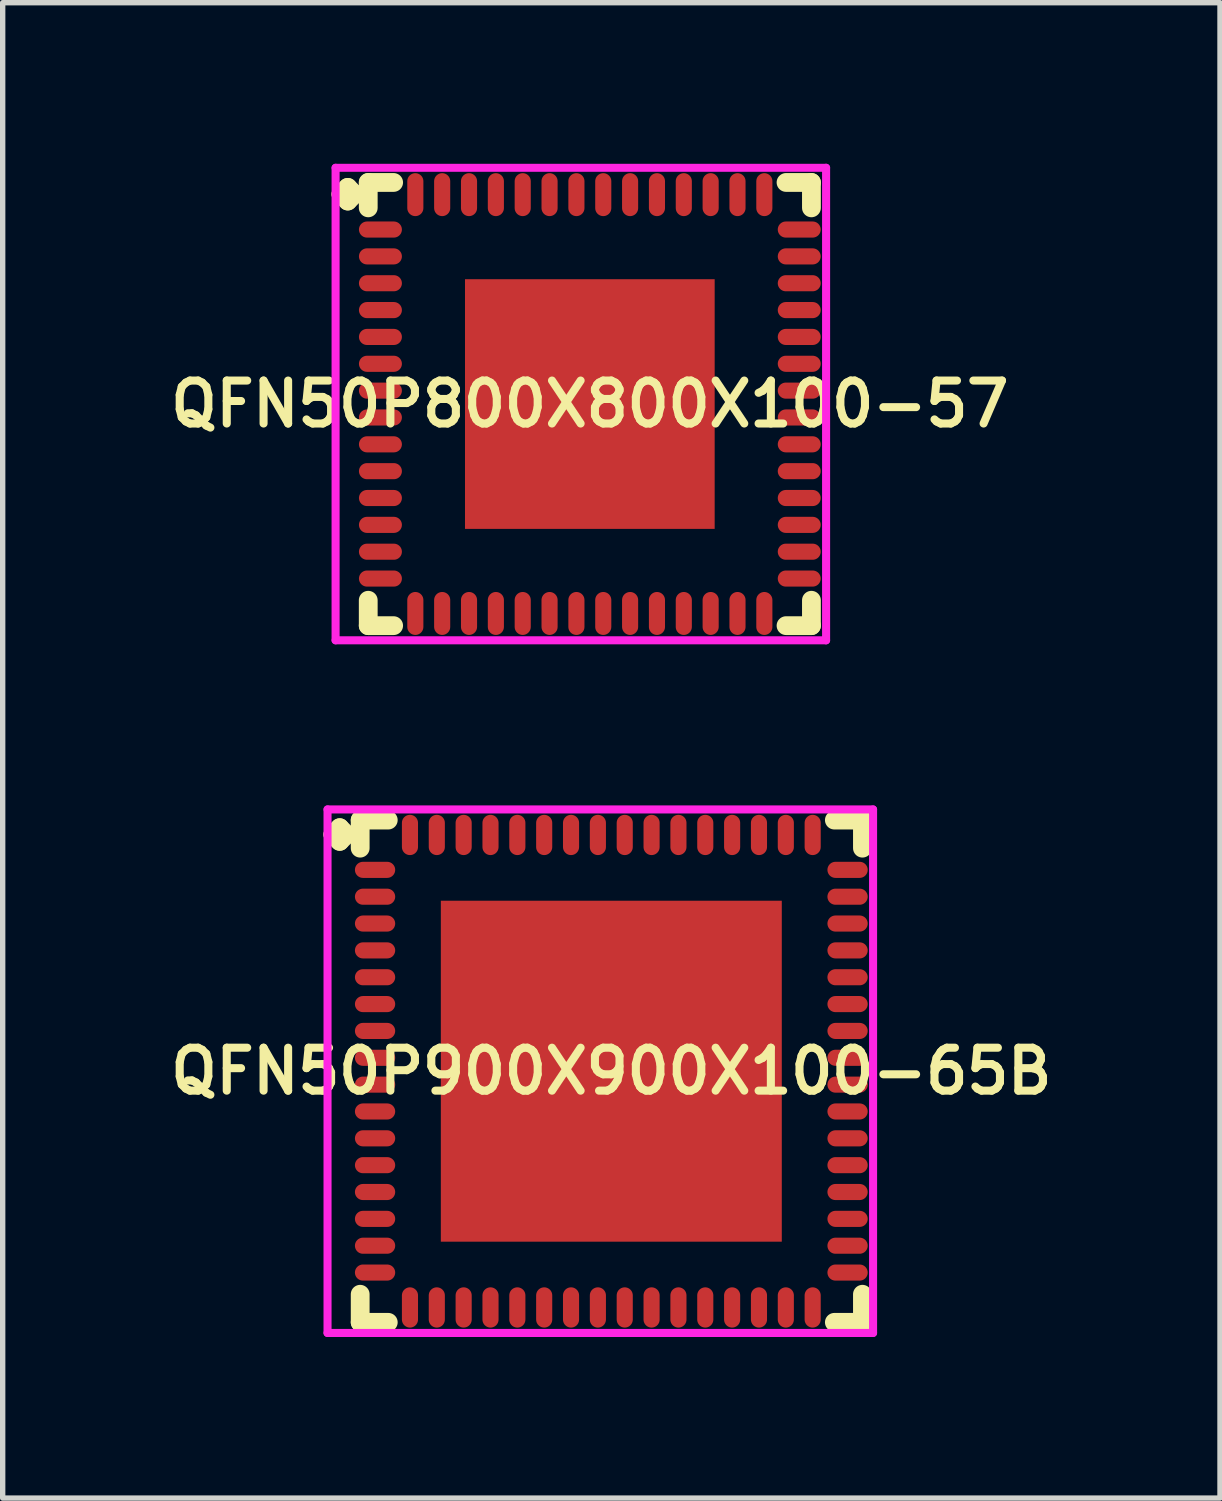
<source format=kicad_pcb>
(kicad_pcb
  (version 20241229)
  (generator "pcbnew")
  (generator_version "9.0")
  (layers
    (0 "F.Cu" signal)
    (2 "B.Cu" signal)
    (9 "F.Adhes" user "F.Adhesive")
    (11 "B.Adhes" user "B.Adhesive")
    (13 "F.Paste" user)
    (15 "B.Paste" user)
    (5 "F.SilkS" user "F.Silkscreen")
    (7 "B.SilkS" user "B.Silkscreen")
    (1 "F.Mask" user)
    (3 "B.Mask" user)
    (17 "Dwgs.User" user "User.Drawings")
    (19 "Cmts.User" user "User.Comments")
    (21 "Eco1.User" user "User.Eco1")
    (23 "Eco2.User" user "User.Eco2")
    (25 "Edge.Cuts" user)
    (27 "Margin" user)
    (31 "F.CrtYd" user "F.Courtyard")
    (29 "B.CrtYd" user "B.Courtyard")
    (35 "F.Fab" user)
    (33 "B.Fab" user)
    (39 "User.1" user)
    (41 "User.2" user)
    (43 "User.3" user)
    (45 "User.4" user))
  (footprint "QFN50P900X900X100-65B"
    (layer "F.Cu")
    (at 8.335 16.9)
    (property "Reference" "QFN50P900X900X100-65B" (at 0 0 0) (layer "F.SilkS") (effects (font (size 0.8 0.8) (thickness 0.15))))
    (attr smd)
    (fp_line (start -5.185 -4.408) (end -5.058 -4.535) (stroke (width 0.35) (type solid)) (layer "F.SilkS"))
    (fp_line (start -5.058 -4.535) (end -4.931 -4.408) (stroke (width 0.35) (type solid)) (layer "F.SilkS"))
    (fp_line (start -5.058 -4.281) (end -5.185 -4.408) (stroke (width 0.35) (type solid)) (layer "F.SilkS"))
    (fp_line (start -4.931 -4.408) (end -5.058 -4.281) (stroke (width 0.35) (type solid)) (layer "F.SilkS"))
    (fp_line (start -4.677 -4.677) (end -4.154 -4.677) (stroke (width 0.35) (type solid)) (layer "F.SilkS"))
    (fp_line (start -4.677 -4.154) (end -4.677 -4.677) (stroke (width 0.35) (type solid)) (layer "F.SilkS"))
    (fp_line (start -4.677 4.154) (end -4.677 4.677) (stroke (width 0.35) (type solid)) (layer "F.SilkS"))
    (fp_line (start -4.677 4.677) (end -4.154 4.677) (stroke (width 0.35) (type solid)) (layer "F.SilkS"))
    (fp_line (start 4.154 -4.677) (end 4.677 -4.677) (stroke (width 0.35) (type solid)) (layer "F.SilkS"))
    (fp_line (start 4.154 4.677) (end 4.677 4.677) (stroke (width 0.35) (type solid)) (layer "F.SilkS"))
    (fp_line (start 4.677 -4.677) (end 4.677 -4.154) (stroke (width 0.35) (type solid)) (layer "F.SilkS"))
    (fp_line (start 4.677 4.677) (end 4.677 4.154) (stroke (width 0.35) (type solid)) (layer "F.SilkS"))
    (fp_line (start -5.285 -4.875) (end 4.875 -4.875) (stroke (width 0.15) (type solid)) (layer "F.CrtYd"))
    (fp_line (start -5.285 4.875) (end -5.285 -4.875) (stroke (width 0.15) (type solid)) (layer "F.CrtYd"))
    (fp_line (start 4.875 -4.875) (end 4.875 4.875) (stroke (width 0.15) (type solid)) (layer "F.CrtYd"))
    (fp_line (start 4.875 4.875) (end -5.285 4.875) (stroke (width 0.15) (type solid)) (layer "F.CrtYd"))
    (pad "1" smd oval (at -4.4 -3.75) (size 0.75 0.3) (layers "F.Cu" "F.Mask" "F.Paste"))
    (pad "2" smd oval (at -4.4 -3.25) (size 0.75 0.3) (layers "F.Cu" "F.Mask" "F.Paste"))
    (pad "3" smd oval (at -4.4 -2.75) (size 0.75 0.3) (layers "F.Cu" "F.Mask" "F.Paste"))
    (pad "4" smd oval (at -4.4 -2.25) (size 0.75 0.3) (layers "F.Cu" "F.Mask" "F.Paste"))
    (pad "5" smd oval (at -4.4 -1.75) (size 0.75 0.3) (layers "F.Cu" "F.Mask" "F.Paste"))
    (pad "6" smd oval (at -4.4 -1.25) (size 0.75 0.3) (layers "F.Cu" "F.Mask" "F.Paste"))
    (pad "7" smd oval (at -4.4 -0.75) (size 0.75 0.3) (layers "F.Cu" "F.Mask" "F.Paste"))
    (pad "8" smd oval (at -4.4 -0.25) (size 0.75 0.3) (layers "F.Cu" "F.Mask" "F.Paste"))
    (pad "9" smd oval (at -4.4 0.25) (size 0.75 0.3) (layers "F.Cu" "F.Mask" "F.Paste"))
    (pad "10" smd oval (at -4.4 0.75) (size 0.75 0.3) (layers "F.Cu" "F.Mask" "F.Paste"))
    (pad "11" smd oval (at -4.4 1.25) (size 0.75 0.3) (layers "F.Cu" "F.Mask" "F.Paste"))
    (pad "12" smd oval (at -4.4 1.75) (size 0.75 0.3) (layers "F.Cu" "F.Mask" "F.Paste"))
    (pad "13" smd oval (at -4.4 2.25) (size 0.75 0.3) (layers "F.Cu" "F.Mask" "F.Paste"))
    (pad "14" smd oval (at -4.4 2.75) (size 0.75 0.3) (layers "F.Cu" "F.Mask" "F.Paste"))
    (pad "15" smd oval (at -4.4 3.25) (size 0.75 0.3) (layers "F.Cu" "F.Mask" "F.Paste"))
    (pad "16" smd oval (at -4.4 3.75) (size 0.75 0.3) (layers "F.Cu" "F.Mask" "F.Paste"))
    (pad "17" smd oval (at -3.75 4.4) (size 0.3 0.75) (layers "F.Cu" "F.Mask" "F.Paste"))
    (pad "18" smd oval (at -3.25 4.4) (size 0.3 0.75) (layers "F.Cu" "F.Mask" "F.Paste"))
    (pad "19" smd oval (at -2.75 4.4) (size 0.3 0.75) (layers "F.Cu" "F.Mask" "F.Paste"))
    (pad "20" smd oval (at -2.25 4.4) (size 0.3 0.75) (layers "F.Cu" "F.Mask" "F.Paste"))
    (pad "21" smd oval (at -1.75 4.4) (size 0.3 0.75) (layers "F.Cu" "F.Mask" "F.Paste"))
    (pad "22" smd oval (at -1.25 4.4) (size 0.3 0.75) (layers "F.Cu" "F.Mask" "F.Paste"))
    (pad "23" smd oval (at -0.75 4.4) (size 0.3 0.75) (layers "F.Cu" "F.Mask" "F.Paste"))
    (pad "24" smd oval (at -0.25 4.4) (size 0.3 0.75) (layers "F.Cu" "F.Mask" "F.Paste"))
    (pad "25" smd oval (at 0.25 4.4) (size 0.3 0.75) (layers "F.Cu" "F.Mask" "F.Paste"))
    (pad "26" smd oval (at 0.75 4.4) (size 0.3 0.75) (layers "F.Cu" "F.Mask" "F.Paste"))
    (pad "27" smd oval (at 1.25 4.4) (size 0.3 0.75) (layers "F.Cu" "F.Mask" "F.Paste"))
    (pad "28" smd oval (at 1.75 4.4) (size 0.3 0.75) (layers "F.Cu" "F.Mask" "F.Paste"))
    (pad "29" smd oval (at 2.25 4.4) (size 0.3 0.75) (layers "F.Cu" "F.Mask" "F.Paste"))
    (pad "30" smd oval (at 2.75 4.4) (size 0.3 0.75) (layers "F.Cu" "F.Mask" "F.Paste"))
    (pad "31" smd oval (at 3.25 4.4) (size 0.3 0.75) (layers "F.Cu" "F.Mask" "F.Paste"))
    (pad "32" smd oval (at 3.75 4.4) (size 0.3 0.75) (layers "F.Cu" "F.Mask" "F.Paste"))
    (pad "33" smd oval (at 4.4 3.75) (size 0.75 0.3) (layers "F.Cu" "F.Mask" "F.Paste"))
    (pad "34" smd oval (at 4.4 3.25) (size 0.75 0.3) (layers "F.Cu" "F.Mask" "F.Paste"))
    (pad "35" smd oval (at 4.4 2.75) (size 0.75 0.3) (layers "F.Cu" "F.Mask" "F.Paste"))
    (pad "36" smd oval (at 4.4 2.25) (size 0.75 0.3) (layers "F.Cu" "F.Mask" "F.Paste"))
    (pad "37" smd oval (at 4.4 1.75) (size 0.75 0.3) (layers "F.Cu" "F.Mask" "F.Paste"))
    (pad "38" smd oval (at 4.4 1.25) (size 0.75 0.3) (layers "F.Cu" "F.Mask" "F.Paste"))
    (pad "39" smd oval (at 4.4 0.75) (size 0.75 0.3) (layers "F.Cu" "F.Mask" "F.Paste"))
    (pad "40" smd oval (at 4.4 0.25) (size 0.75 0.3) (layers "F.Cu" "F.Mask" "F.Paste"))
    (pad "41" smd oval (at 4.4 -0.25) (size 0.75 0.3) (layers "F.Cu" "F.Mask" "F.Paste"))
    (pad "42" smd oval (at 4.4 -0.75) (size 0.75 0.3) (layers "F.Cu" "F.Mask" "F.Paste"))
    (pad "43" smd oval (at 4.4 -1.25) (size 0.75 0.3) (layers "F.Cu" "F.Mask" "F.Paste"))
    (pad "44" smd oval (at 4.4 -1.75) (size 0.75 0.3) (layers "F.Cu" "F.Mask" "F.Paste"))
    (pad "45" smd oval (at 4.4 -2.25) (size 0.75 0.3) (layers "F.Cu" "F.Mask" "F.Paste"))
    (pad "46" smd oval (at 4.4 -2.75) (size 0.75 0.3) (layers "F.Cu" "F.Mask" "F.Paste"))
    (pad "47" smd oval (at 4.4 -3.25) (size 0.75 0.3) (layers "F.Cu" "F.Mask" "F.Paste"))
    (pad "48" smd oval (at 4.4 -3.75) (size 0.75 0.3) (layers "F.Cu" "F.Mask" "F.Paste"))
    (pad "49" smd oval (at 3.75 -4.4) (size 0.3 0.75) (layers "F.Cu" "F.Mask" "F.Paste"))
    (pad "50" smd oval (at 3.25 -4.4) (size 0.3 0.75) (layers "F.Cu" "F.Mask" "F.Paste"))
    (pad "51" smd oval (at 2.75 -4.4) (size 0.3 0.75) (layers "F.Cu" "F.Mask" "F.Paste"))
    (pad "52" smd oval (at 2.25 -4.4) (size 0.3 0.75) (layers "F.Cu" "F.Mask" "F.Paste"))
    (pad "53" smd oval (at 1.75 -4.4) (size 0.3 0.75) (layers "F.Cu" "F.Mask" "F.Paste"))
    (pad "54" smd oval (at 1.25 -4.4) (size 0.3 0.75) (layers "F.Cu" "F.Mask" "F.Paste"))
    (pad "55" smd oval (at 0.75 -4.4) (size 0.3 0.75) (layers "F.Cu" "F.Mask" "F.Paste"))
    (pad "56" smd oval (at 0.25 -4.4) (size 0.3 0.75) (layers "F.Cu" "F.Mask" "F.Paste"))
    (pad "57" smd oval (at -0.25 -4.4) (size 0.3 0.75) (layers "F.Cu" "F.Mask" "F.Paste"))
    (pad "58" smd oval (at -0.75 -4.4) (size 0.3 0.75) (layers "F.Cu" "F.Mask" "F.Paste"))
    (pad "59" smd oval (at -1.25 -4.4) (size 0.3 0.75) (layers "F.Cu" "F.Mask" "F.Paste"))
    (pad "60" smd oval (at -1.75 -4.4) (size 0.3 0.75) (layers "F.Cu" "F.Mask" "F.Paste"))
    (pad "61" smd oval (at -2.25 -4.4) (size 0.3 0.75) (layers "F.Cu" "F.Mask" "F.Paste"))
    (pad "62" smd oval (at -2.75 -4.4) (size 0.3 0.75) (layers "F.Cu" "F.Mask" "F.Paste"))
    (pad "63" smd oval (at -3.25 -4.4) (size 0.3 0.75) (layers "F.Cu" "F.Mask" "F.Paste"))
    (pad "64" smd oval (at -3.75 -4.4) (size 0.3 0.75) (layers "F.Cu" "F.Mask" "F.Paste"))
    (pad "65" smd rect (at 0 0) (size 6.35 6.35) (layers "F.Cu" "F.Mask" "F.Paste")))
  (footprint "QFN50P800X800X100-57"
    (layer "F.Cu")
    (at 7.935 4.475)
    (property "Reference" "QFN50P800X800X100-57" (at 0 0 0) (layer "F.SilkS") (effects (font (size 0.8 0.8) (thickness 0.15))))
    (attr smd)
    (fp_line (start -4.635 -3.908) (end -4.508 -4.035) (stroke (width 0.35) (type solid)) (layer "F.SilkS"))
    (fp_line (start -4.508 -4.035) (end -4.381 -3.908) (stroke (width 0.35) (type solid)) (layer "F.SilkS"))
    (fp_line (start -4.508 -3.781) (end -4.635 -3.908) (stroke (width 0.35) (type solid)) (layer "F.SilkS"))
    (fp_line (start -4.381 -3.908) (end -4.508 -3.781) (stroke (width 0.35) (type solid)) (layer "F.SilkS"))
    (fp_line (start -4.127 -4.127) (end -3.654 -4.127) (stroke (width 0.35) (type solid)) (layer "F.SilkS"))
    (fp_line (start -4.127 -3.654) (end -4.127 -4.127) (stroke (width 0.35) (type solid)) (layer "F.SilkS"))
    (fp_line (start -4.127 3.654) (end -4.127 4.127) (stroke (width 0.35) (type solid)) (layer "F.SilkS"))
    (fp_line (start -4.127 4.127) (end -3.654 4.127) (stroke (width 0.35) (type solid)) (layer "F.SilkS"))
    (fp_line (start 3.654 -4.127) (end 4.127 -4.127) (stroke (width 0.35) (type solid)) (layer "F.SilkS"))
    (fp_line (start 3.654 4.127) (end 4.127 4.127) (stroke (width 0.35) (type solid)) (layer "F.SilkS"))
    (fp_line (start 4.127 -4.127) (end 4.127 -3.654) (stroke (width 0.35) (type solid)) (layer "F.SilkS"))
    (fp_line (start 4.127 4.127) (end 4.127 3.654) (stroke (width 0.35) (type solid)) (layer "F.SilkS"))
    (fp_line (start -4.735 -4.4) (end 4.4 -4.4) (stroke (width 0.15) (type solid)) (layer "F.CrtYd"))
    (fp_line (start -4.735 4.4) (end -4.735 -4.4) (stroke (width 0.15) (type solid)) (layer "F.CrtYd"))
    (fp_line (start 4.4 -4.4) (end 4.4 4.4) (stroke (width 0.15) (type solid)) (layer "F.CrtYd"))
    (fp_line (start 4.4 4.4) (end -4.735 4.4) (stroke (width 0.15) (type solid)) (layer "F.CrtYd"))
    (pad "1" smd oval (at -3.9 -3.25) (size 0.8 0.3) (layers "F.Cu" "F.Mask" "F.Paste"))
    (pad "2" smd oval (at -3.9 -2.75) (size 0.8 0.3) (layers "F.Cu" "F.Mask" "F.Paste"))
    (pad "3" smd oval (at -3.9 -2.25) (size 0.8 0.3) (layers "F.Cu" "F.Mask" "F.Paste"))
    (pad "4" smd oval (at -3.9 -1.75) (size 0.8 0.3) (layers "F.Cu" "F.Mask" "F.Paste"))
    (pad "5" smd oval (at -3.9 -1.25) (size 0.8 0.3) (layers "F.Cu" "F.Mask" "F.Paste"))
    (pad "6" smd oval (at -3.9 -0.75) (size 0.8 0.3) (layers "F.Cu" "F.Mask" "F.Paste"))
    (pad "7" smd oval (at -3.9 -0.25) (size 0.8 0.3) (layers "F.Cu" "F.Mask" "F.Paste"))
    (pad "8" smd oval (at -3.9 0.25) (size 0.8 0.3) (layers "F.Cu" "F.Mask" "F.Paste"))
    (pad "9" smd oval (at -3.9 0.75) (size 0.8 0.3) (layers "F.Cu" "F.Mask" "F.Paste"))
    (pad "10" smd oval (at -3.9 1.25) (size 0.8 0.3) (layers "F.Cu" "F.Mask" "F.Paste"))
    (pad "11" smd oval (at -3.9 1.75) (size 0.8 0.3) (layers "F.Cu" "F.Mask" "F.Paste"))
    (pad "12" smd oval (at -3.9 2.25) (size 0.8 0.3) (layers "F.Cu" "F.Mask" "F.Paste"))
    (pad "13" smd oval (at -3.9 2.75) (size 0.8 0.3) (layers "F.Cu" "F.Mask" "F.Paste"))
    (pad "14" smd oval (at -3.9 3.25) (size 0.8 0.3) (layers "F.Cu" "F.Mask" "F.Paste"))
    (pad "15" smd oval (at -3.25 3.9) (size 0.3 0.8) (layers "F.Cu" "F.Mask" "F.Paste"))
    (pad "16" smd oval (at -2.75 3.9) (size 0.3 0.8) (layers "F.Cu" "F.Mask" "F.Paste"))
    (pad "17" smd oval (at -2.25 3.9) (size 0.3 0.8) (layers "F.Cu" "F.Mask" "F.Paste"))
    (pad "18" smd oval (at -1.75 3.9) (size 0.3 0.8) (layers "F.Cu" "F.Mask" "F.Paste"))
    (pad "19" smd oval (at -1.25 3.9) (size 0.3 0.8) (layers "F.Cu" "F.Mask" "F.Paste"))
    (pad "20" smd oval (at -0.75 3.9) (size 0.3 0.8) (layers "F.Cu" "F.Mask" "F.Paste"))
    (pad "21" smd oval (at -0.25 3.9) (size 0.3 0.8) (layers "F.Cu" "F.Mask" "F.Paste"))
    (pad "22" smd oval (at 0.25 3.9) (size 0.3 0.8) (layers "F.Cu" "F.Mask" "F.Paste"))
    (pad "23" smd oval (at 0.75 3.9) (size 0.3 0.8) (layers "F.Cu" "F.Mask" "F.Paste"))
    (pad "24" smd oval (at 1.25 3.9) (size 0.3 0.8) (layers "F.Cu" "F.Mask" "F.Paste"))
    (pad "25" smd oval (at 1.75 3.9) (size 0.3 0.8) (layers "F.Cu" "F.Mask" "F.Paste"))
    (pad "26" smd oval (at 2.25 3.9) (size 0.3 0.8) (layers "F.Cu" "F.Mask" "F.Paste"))
    (pad "27" smd oval (at 2.75 3.9) (size 0.3 0.8) (layers "F.Cu" "F.Mask" "F.Paste"))
    (pad "28" smd oval (at 3.25 3.9) (size 0.3 0.8) (layers "F.Cu" "F.Mask" "F.Paste"))
    (pad "29" smd oval (at 3.9 3.25) (size 0.8 0.3) (layers "F.Cu" "F.Mask" "F.Paste"))
    (pad "30" smd oval (at 3.9 2.75) (size 0.8 0.3) (layers "F.Cu" "F.Mask" "F.Paste"))
    (pad "31" smd oval (at 3.9 2.25) (size 0.8 0.3) (layers "F.Cu" "F.Mask" "F.Paste"))
    (pad "32" smd oval (at 3.9 1.75) (size 0.8 0.3) (layers "F.Cu" "F.Mask" "F.Paste"))
    (pad "33" smd oval (at 3.9 1.25) (size 0.8 0.3) (layers "F.Cu" "F.Mask" "F.Paste"))
    (pad "34" smd oval (at 3.9 0.75) (size 0.8 0.3) (layers "F.Cu" "F.Mask" "F.Paste"))
    (pad "35" smd oval (at 3.9 0.25) (size 0.8 0.3) (layers "F.Cu" "F.Mask" "F.Paste"))
    (pad "36" smd oval (at 3.9 -0.25) (size 0.8 0.3) (layers "F.Cu" "F.Mask" "F.Paste"))
    (pad "37" smd oval (at 3.9 -0.75) (size 0.8 0.3) (layers "F.Cu" "F.Mask" "F.Paste"))
    (pad "38" smd oval (at 3.9 -1.25) (size 0.8 0.3) (layers "F.Cu" "F.Mask" "F.Paste"))
    (pad "39" smd oval (at 3.9 -1.75) (size 0.8 0.3) (layers "F.Cu" "F.Mask" "F.Paste"))
    (pad "40" smd oval (at 3.9 -2.25) (size 0.8 0.3) (layers "F.Cu" "F.Mask" "F.Paste"))
    (pad "41" smd oval (at 3.9 -2.75) (size 0.8 0.3) (layers "F.Cu" "F.Mask" "F.Paste"))
    (pad "42" smd oval (at 3.9 -3.25) (size 0.8 0.3) (layers "F.Cu" "F.Mask" "F.Paste"))
    (pad "43" smd oval (at 3.25 -3.9) (size 0.3 0.8) (layers "F.Cu" "F.Mask" "F.Paste"))
    (pad "44" smd oval (at 2.75 -3.9) (size 0.3 0.8) (layers "F.Cu" "F.Mask" "F.Paste"))
    (pad "45" smd oval (at 2.25 -3.9) (size 0.3 0.8) (layers "F.Cu" "F.Mask" "F.Paste"))
    (pad "46" smd oval (at 1.75 -3.9) (size 0.3 0.8) (layers "F.Cu" "F.Mask" "F.Paste"))
    (pad "47" smd oval (at 1.25 -3.9) (size 0.3 0.8) (layers "F.Cu" "F.Mask" "F.Paste"))
    (pad "48" smd oval (at 0.75 -3.9) (size 0.3 0.8) (layers "F.Cu" "F.Mask" "F.Paste"))
    (pad "49" smd oval (at 0.25 -3.9) (size 0.3 0.8) (layers "F.Cu" "F.Mask" "F.Paste"))
    (pad "50" smd oval (at -0.25 -3.9) (size 0.3 0.8) (layers "F.Cu" "F.Mask" "F.Paste"))
    (pad "51" smd oval (at -0.75 -3.9) (size 0.3 0.8) (layers "F.Cu" "F.Mask" "F.Paste"))
    (pad "52" smd oval (at -1.25 -3.9) (size 0.3 0.8) (layers "F.Cu" "F.Mask" "F.Paste"))
    (pad "53" smd oval (at -1.75 -3.9) (size 0.3 0.8) (layers "F.Cu" "F.Mask" "F.Paste"))
    (pad "54" smd oval (at -2.25 -3.9) (size 0.3 0.8) (layers "F.Cu" "F.Mask" "F.Paste"))
    (pad "55" smd oval (at -2.75 -3.9) (size 0.3 0.8) (layers "F.Cu" "F.Mask" "F.Paste"))
    (pad "56" smd oval (at -3.25 -3.9) (size 0.3 0.8) (layers "F.Cu" "F.Mask" "F.Paste"))
    (pad "57" smd rect (at 0 0) (size 4.65 4.65) (layers "F.Cu" "F.Mask" "F.Paste")))
  (gr_rect
    (start -3 -3)
    (end 19.671 24.85)
    (stroke (width 0.1) (type default))
    (fill no)
    (layer "Edge.Cuts")))
</source>
